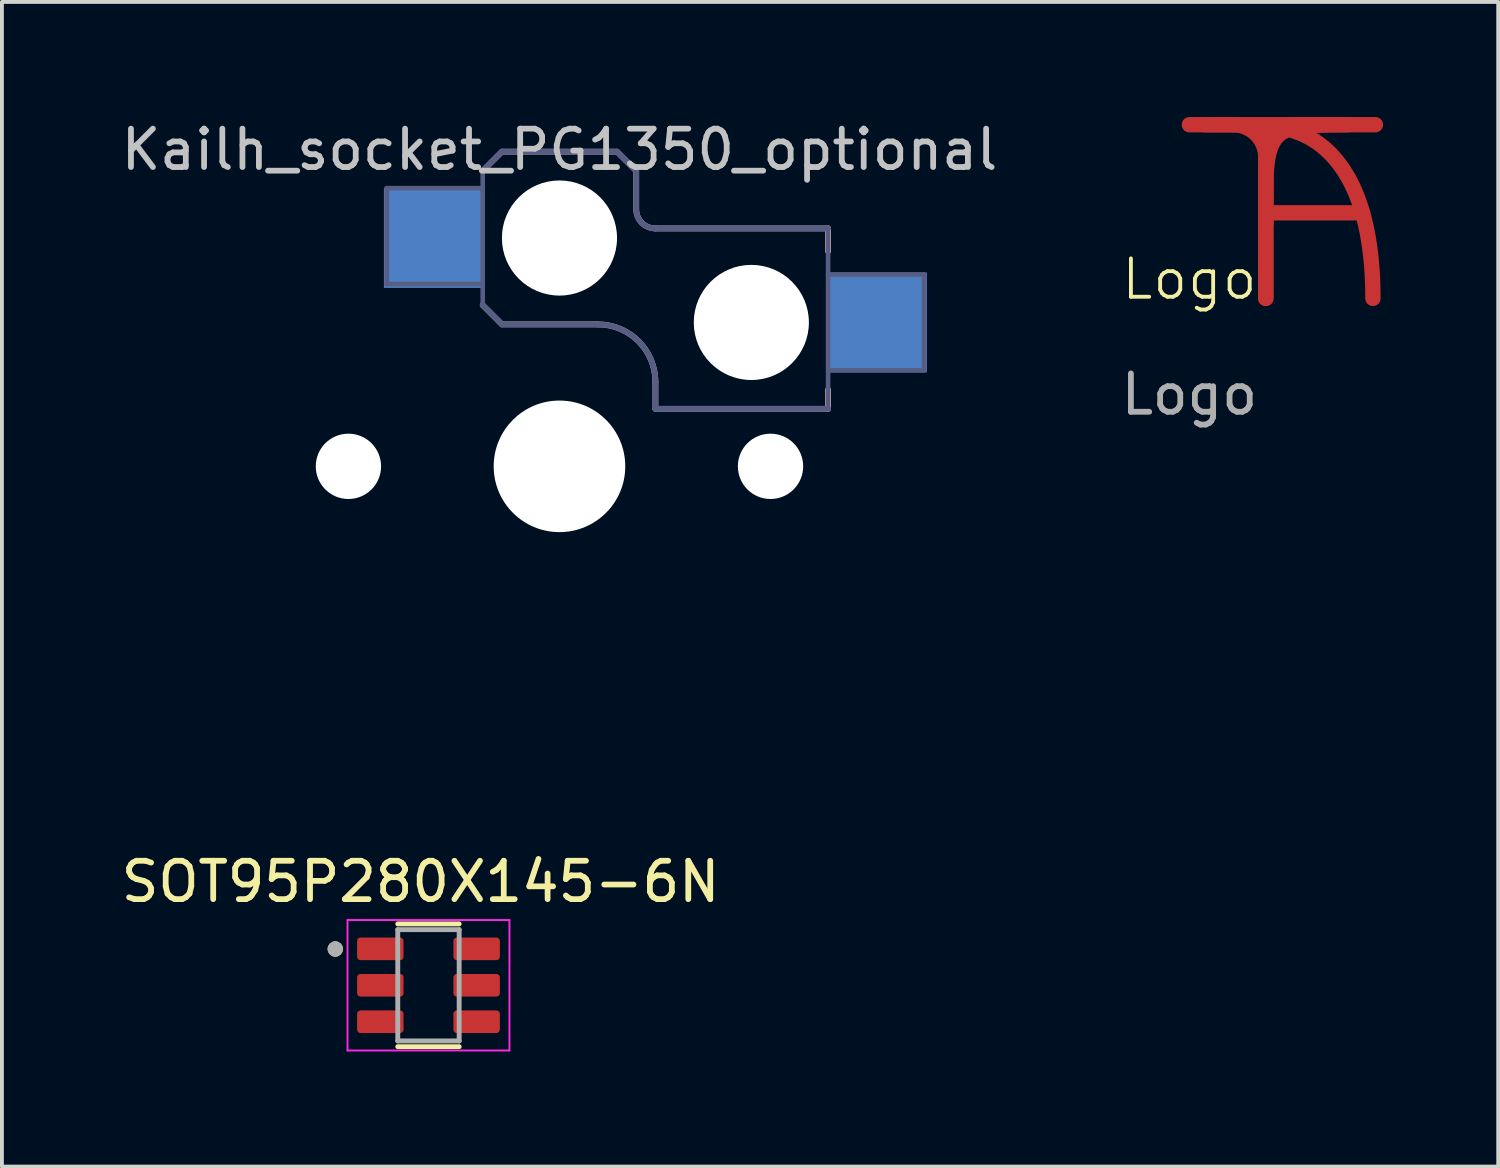
<source format=kicad_pcb>
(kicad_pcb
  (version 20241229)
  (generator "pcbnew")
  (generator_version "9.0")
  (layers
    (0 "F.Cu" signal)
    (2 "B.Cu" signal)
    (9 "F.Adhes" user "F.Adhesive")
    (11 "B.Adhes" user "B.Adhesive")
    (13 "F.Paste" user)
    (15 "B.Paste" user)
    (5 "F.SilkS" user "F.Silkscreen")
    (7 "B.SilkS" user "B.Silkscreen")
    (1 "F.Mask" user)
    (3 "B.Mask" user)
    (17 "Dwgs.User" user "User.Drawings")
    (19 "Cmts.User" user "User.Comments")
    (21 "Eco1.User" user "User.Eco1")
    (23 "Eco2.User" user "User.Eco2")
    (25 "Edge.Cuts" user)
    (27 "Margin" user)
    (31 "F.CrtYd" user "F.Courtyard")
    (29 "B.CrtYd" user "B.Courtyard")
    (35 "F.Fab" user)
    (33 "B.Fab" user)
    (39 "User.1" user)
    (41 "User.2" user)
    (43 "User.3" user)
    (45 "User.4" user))
  (footprint "Kailh_socket_PG1350_optional"
    (layer "F.Cu")
    (at 11.53 9.103)
    (property "Reference" "Kailh_socket_PG1350_optional" (at 0 -8.255 0) (layer "Dwgs.User") (effects (font (size 1 1) (thickness 0.15))))
    (attr through_hole)
    (fp_line (start -2 -7.7) (end -1.5 -8.2) (stroke (width 0.15) (type solid)) (layer "B.SilkS"))
    (fp_line (start -2 -4.2) (end -1.5 -3.7) (stroke (width 0.15) (type solid)) (layer "B.SilkS"))
    (fp_line (start -1.5 -8.2) (end 1.5 -8.2) (stroke (width 0.15) (type solid)) (layer "B.SilkS"))
    (fp_line (start -1.5 -3.7) (end 1 -3.7) (stroke (width 0.15) (type solid)) (layer "B.SilkS"))
    (fp_line (start 1.5 -8.2) (end 2 -7.7) (stroke (width 0.15) (type solid)) (layer "B.SilkS"))
    (fp_line (start 2 -6.7) (end 2 -7.7) (stroke (width 0.15) (type solid)) (layer "B.SilkS"))
    (fp_line (start 2.5 -2.2) (end 2.5 -1.5) (stroke (width 0.15) (type solid)) (layer "B.SilkS"))
    (fp_line (start 2.5 -1.5) (end 7 -1.5) (stroke (width 0.15) (type solid)) (layer "B.SilkS"))
    (fp_line (start 7 -6.2) (end 2.5 -6.2) (stroke (width 0.15) (type solid)) (layer "B.SilkS"))
    (fp_line (start 7 -5.6) (end 7 -6.2) (stroke (width 0.15) (type solid)) (layer "B.SilkS"))
    (fp_line (start 7 -1.5) (end 7 -2) (stroke (width 0.15) (type solid)) (layer "B.SilkS"))
    (fp_arc (start 1 -3.7) (mid 2.06066 -3.26066) (end 2.5 -2.2) (stroke (width 0.15) (type solid)) (layer "B.SilkS"))
    (fp_arc (start 2.5 -6.2) (mid 2.146447 -6.346447) (end 2 -6.7) (stroke (width 0.15) (type solid)) (layer "B.SilkS"))
    (fp_line (start -6.9 6.9) (end -6.9 -6.9) (stroke (width 0.15) (type solid)) (layer "Eco2.User"))
    (fp_line (start -6.9 6.9) (end 6.9 6.9) (stroke (width 0.15) (type solid)) (layer "Eco2.User"))
    (fp_line (start -2.6 -3.1) (end -2.6 -6.3) (stroke (width 0.15) (type solid)) (layer "Eco2.User"))
    (fp_line (start -2.6 -3.1) (end 2.6 -3.1) (stroke (width 0.15) (type solid)) (layer "Eco2.User"))
    (fp_line (start 2.6 -6.3) (end -2.6 -6.3) (stroke (width 0.15) (type solid)) (layer "Eco2.User"))
    (fp_line (start 2.6 -3.1) (end 2.6 -6.3) (stroke (width 0.15) (type solid)) (layer "Eco2.User"))
    (fp_line (start 6.9 -6.9) (end -6.9 -6.9) (stroke (width 0.15) (type solid)) (layer "Eco2.User"))
    (fp_line (start 6.9 -6.9) (end 6.9 6.9) (stroke (width 0.15) (type solid)) (layer "Eco2.User"))
    (fp_line (start -4.5 -7.25) (end -2 -7.25) (stroke (width 0.12) (type solid)) (layer "B.Fab"))
    (fp_line (start -4.5 -4.75) (end -4.5 -7.25) (stroke (width 0.12) (type solid)) (layer "B.Fab"))
    (fp_line (start -2 -7.7) (end -1.5 -8.2) (stroke (width 0.15) (type solid)) (layer "B.Fab"))
    (fp_line (start -2 -4.75) (end -4.5 -4.75) (stroke (width 0.12) (type solid)) (layer "B.Fab"))
    (fp_line (start -2 -4.25) (end -2 -7.7) (stroke (width 0.12) (type solid)) (layer "B.Fab"))
    (fp_line (start -2 -4.2) (end -1.5 -3.7) (stroke (width 0.15) (type solid)) (layer "B.Fab"))
    (fp_line (start -1.5 -8.2) (end 1.5 -8.2) (stroke (width 0.15) (type solid)) (layer "B.Fab"))
    (fp_line (start -1.5 -3.7) (end 1 -3.7) (stroke (width 0.15) (type solid)) (layer "B.Fab"))
    (fp_line (start 1.5 -8.2) (end 2 -7.7) (stroke (width 0.15) (type solid)) (layer "B.Fab"))
    (fp_line (start 2 -6.7) (end 2 -7.7) (stroke (width 0.15) (type solid)) (layer "B.Fab"))
    (fp_line (start 2.5 -2.2) (end 2.5 -1.5) (stroke (width 0.15) (type solid)) (layer "B.Fab"))
    (fp_line (start 2.5 -1.5) (end 7 -1.5) (stroke (width 0.15) (type solid)) (layer "B.Fab"))
    (fp_line (start 7 -6.2) (end 2.5 -6.2) (stroke (width 0.15) (type solid)) (layer "B.Fab"))
    (fp_line (start 7 -5) (end 9.5 -5) (stroke (width 0.12) (type solid)) (layer "B.Fab"))
    (fp_line (start 7 -1.5) (end 7 -6.2) (stroke (width 0.12) (type solid)) (layer "B.Fab"))
    (fp_line (start 9.5 -5) (end 9.5 -2.5) (stroke (width 0.12) (type solid)) (layer "B.Fab"))
    (fp_line (start 9.5 -2.5) (end 7 -2.5) (stroke (width 0.12) (type solid)) (layer "B.Fab"))
    (fp_arc (start 1 -3.7) (mid 2.06066 -3.26066) (end 2.5 -2.2) (stroke (width 0.15) (type solid)) (layer "B.Fab"))
    (fp_arc (start 2.5 -6.2) (mid 2.146447 -6.346447) (end 2 -6.7) (stroke (width 0.15) (type solid)) (layer "B.Fab"))
    (pad "" np_thru_hole circle (at -5.5 0) (size 1.702 1.702) (drill 1.702) (layers "*.Cu" "*.Mask"))
    (pad "" np_thru_hole circle (at 0 -5.95) (size 3 3) (drill 3) (layers "*.Cu" "*.Mask"))
    (pad "" np_thru_hole circle (at 0 0) (size 3.429 3.429) (drill 3.429) (layers "*.Cu" "*.Mask"))
    (pad "" np_thru_hole circle (at 5 -3.75) (size 3 3) (drill 3) (layers "*.Cu" "*.Mask"))
    (pad "" np_thru_hole circle (at 5.5 0) (size 1.702 1.702) (drill 1.702) (layers "*.Cu" "*.Mask"))
    (pad "1" smd rect (at -3.275 -5.95) (size 2.6 2.6) (layers "B.Cu" "B.Mask" "B.Paste"))
    (pad "2" smd rect (at 8.275 -3.75) (size 2.6 2.6) (layers "B.Cu" "B.Mask" "B.Paste")))
  (footprint "SOT95P280X145-6N"
    (layer "F.Cu")
    (at 8.116 22.627)
    (property "Reference" "SOT95P280X145-6N" (at -0.205 -2.7 0) (layer "F.SilkS") (effects (font (size 1 1) (thickness 0.15))))
    (attr smd)
    (fp_line (start -0.8 -1.6) (end 0.8 -1.6) (stroke (width 0.127) (type solid)) (layer "F.SilkS"))
    (fp_line (start -0.8 1.6) (end 0.8 1.6) (stroke (width 0.127) (type solid)) (layer "F.SilkS"))
    (fp_circle (center -2.428 -0.945) (end -2.328 -0.945) (stroke (width 0.2) (type solid)) (fill no) (layer "F.SilkS"))
    (fp_line (start -2.11 -1.7) (end -2.11 1.7) (stroke (width 0.05) (type solid)) (layer "F.CrtYd"))
    (fp_line (start -2.11 1.7) (end 2.11 1.7) (stroke (width 0.05) (type solid)) (layer "F.CrtYd"))
    (fp_line (start 2.11 -1.7) (end -2.11 -1.7) (stroke (width 0.05) (type solid)) (layer "F.CrtYd"))
    (fp_line (start 2.11 1.7) (end 2.11 -1.7) (stroke (width 0.05) (type solid)) (layer "F.CrtYd"))
    (fp_line (start -0.8 -1.45) (end 0.8 -1.45) (stroke (width 0.127) (type solid)) (layer "F.Fab"))
    (fp_line (start -0.8 1.45) (end -0.8 -1.45) (stroke (width 0.127) (type solid)) (layer "F.Fab"))
    (fp_line (start 0.8 -1.45) (end 0.8 1.45) (stroke (width 0.127) (type solid)) (layer "F.Fab"))
    (fp_line (start 0.8 1.45) (end -0.8 1.45) (stroke (width 0.127) (type solid)) (layer "F.Fab"))
    (fp_circle (center -2.428 -0.945) (end -2.328 -0.945) (stroke (width 0.2) (type solid)) (fill no) (layer "F.Fab"))
    (pad "1" smd roundrect (at -1.255 -0.95) (size 1.21 0.59) (layers "F.Cu" "F.Mask" "F.Paste") (roundrect_rratio 0.15))
    (pad "2" smd roundrect (at -1.255 0) (size 1.21 0.59) (layers "F.Cu" "F.Mask" "F.Paste") (roundrect_rratio 0.15))
    (pad "3" smd roundrect (at -1.255 0.95) (size 1.21 0.59) (layers "F.Cu" "F.Mask" "F.Paste") (roundrect_rratio 0.15))
    (pad "4" smd roundrect (at 1.255 0.95) (size 1.21 0.59) (layers "F.Cu" "F.Mask" "F.Paste") (roundrect_rratio 0.15))
    (pad "5" smd roundrect (at 1.255 0) (size 1.21 0.59) (layers "F.Cu" "F.Mask" "F.Paste") (roundrect_rratio 0.15))
    (pad "6" smd roundrect (at 1.255 -0.95) (size 1.21 0.59) (layers "F.Cu" "F.Mask" "F.Paste") (roundrect_rratio 0.15)))
  (footprint "Logo"
    (layer "F.Cu")
    (at 27.946 4.726)
    (property "Reference" "Logo" (at 0 -0.5 0) (unlocked yes) (layer "F.SilkS") (effects (font (size 1 1) (thickness 0.1))))
    (attr through_hole)
    (fp_line (start -0.000112 -4.526) (end 4.847 -4.526) (stroke (width 0.4) (type solid)) (layer "F.Cu"))
    (fp_line (start 0.394 -4.526) (end 1.144 -4.526) (stroke (width 0.4) (type solid)) (layer "F.Cu"))
    (fp_line (start 1.99 -3.68) (end 1.991 -0.000042) (stroke (width 0.4) (type solid)) (layer "F.Cu"))
    (fp_line (start 1.992 -3.68) (end 1.991 -0.000042) (stroke (width 0.4) (type solid)) (layer "F.Cu"))
    (fp_line (start 1.993 -2.23) (end 4.513 -2.23) (stroke (width 0.4) (type solid)) (layer "F.Cu"))
    (fp_line (start 3.588 -4.526) (end 2.839 -4.526) (stroke (width 0.4) (type solid)) (layer "F.Cu"))
    (fp_curve (pts (xy 1.144 -4.526) (xy 1.611 -4.526) (xy 1.99 -4.147) (xy 1.99 -3.68)) (stroke (width 0.4) (type solid)) (layer "F.Cu"))
    (fp_curve (pts (xy 1.99 -2.802) (xy 1.99 -4.526) (xy 2.365 -4.526) (xy 4.12 -4.526)) (stroke (width 0.4) (type solid)) (layer "F.Cu"))
    (fp_curve (pts (xy 1.993 -4.459) (xy 1.993 -4.459) (xy 4.783 -4.778) (xy 4.783 -0.000042)) (stroke (width 0.4) (type solid)) (layer "F.Cu"))
    (fp_curve (pts (xy 1.993 -2.23) (xy 1.993 -2.23) (xy 1.99 -1.246) (xy 1.99 -2.802)) (stroke (width 0.4) (type solid)) (layer "F.Cu"))
    (fp_curve (pts (xy 2.839 -4.526) (xy 2.371 -4.526) (xy 1.992 -4.147) (xy 1.992 -3.68)) (stroke (width 0.4) (type solid)) (layer "F.Cu"))
    (fp_line (start -0.000112 -4.526) (end 4.847 -4.526) (stroke (width 0.4) (type solid)) (layer "F.Mask"))
    (fp_line (start 0.394 -4.526) (end 1.144 -4.526) (stroke (width 0.4) (type solid)) (layer "F.Mask"))
    (fp_line (start 1.99 -3.68) (end 1.991 -0.000042) (stroke (width 0.4) (type solid)) (layer "F.Mask"))
    (fp_line (start 1.992 -3.68) (end 1.991 -0.000042) (stroke (width 0.4) (type solid)) (layer "F.Mask"))
    (fp_line (start 1.993 -2.23) (end 4.513 -2.23) (stroke (width 0.4) (type solid)) (layer "F.Mask"))
    (fp_line (start 3.588 -4.526) (end 2.839 -4.526) (stroke (width 0.4) (type solid)) (layer "F.Mask"))
    (fp_curve (pts (xy 1.144 -4.526) (xy 1.611 -4.526) (xy 1.99 -4.147) (xy 1.99 -3.68)) (stroke (width 0.4) (type solid)) (layer "F.Mask"))
    (fp_curve (pts (xy 1.99 -2.802) (xy 1.99 -4.526) (xy 2.365 -4.526) (xy 4.12 -4.526)) (stroke (width 0.4) (type solid)) (layer "F.Mask"))
    (fp_curve (pts (xy 1.993 -4.459) (xy 1.993 -4.459) (xy 4.783 -4.778) (xy 4.783 -0.000042)) (stroke (width 0.4) (type solid)) (layer "F.Mask"))
    (fp_curve (pts (xy 1.993 -2.23) (xy 1.993 -2.23) (xy 1.99 -1.246) (xy 1.99 -2.802)) (stroke (width 0.4) (type solid)) (layer "F.Mask"))
    (fp_curve (pts (xy 2.839 -4.526) (xy 2.371 -4.526) (xy 1.992 -4.147) (xy 1.992 -3.68)) (stroke (width 0.4) (type solid)) (layer "F.Mask"))
    (fp_text user "${REFERENCE}" (at 0 2.5 0) (unlocked yes) (layer "F.Fab") (effects (font (size 1 1) (thickness 0.15)))))
  (gr_rect
    (start -3 -3)
    (end 35.994 27.352)
    (stroke (width 0.1) (type default))
    (fill no)
    (layer "Edge.Cuts")))
</source>
